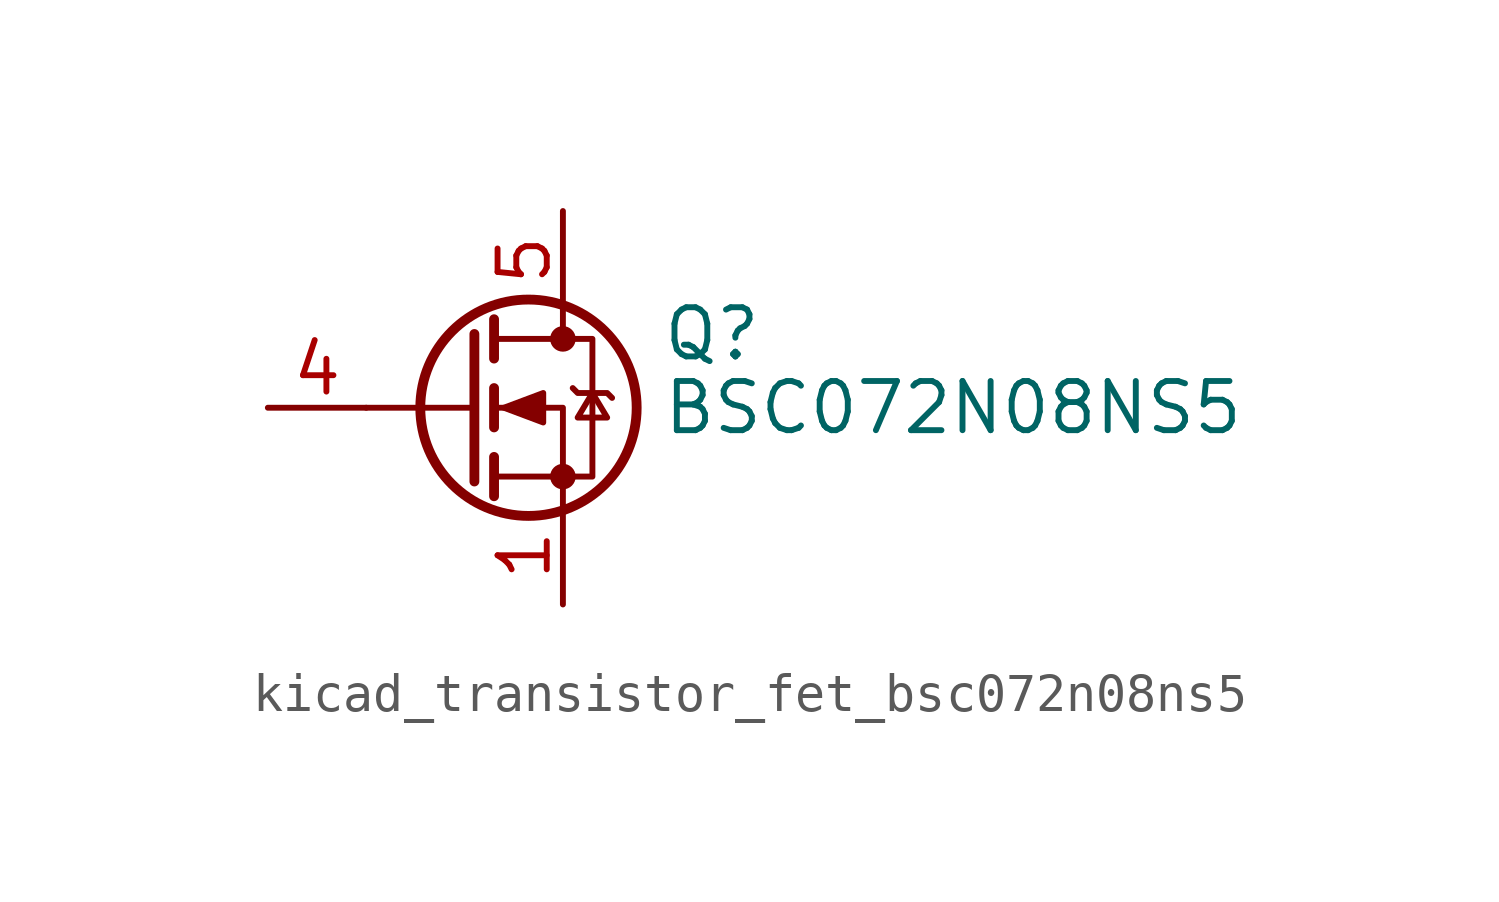
<source format=kicad_sym>
(kicad_symbol_lib
  (version 20220914)
  (generator kicad_symbol_editor)
  (symbol "kicad_transistor_fet_bsc072n08ns5"
    (pin_names hide)
    (property "Reference" "Q"
      (at 5.08 1.905 0)
      (effects (font (size 1.27 1.27)) (justify left)))
    (property "Value" "BSC072N08NS5"
      (at 5.08 0 0)
      (effects (font (size 1.27 1.27)) (justify left)))
    (symbol "kicad_transistor_fet_bsc072n08ns5_0_1"
      (polyline (pts (xy 0.254 0) (xy -2.54 0)) (stroke (width 0) (type default)) (fill (type none)))
      (polyline (pts (xy 0.254 1.905) (xy 0.254 -1.905)) (stroke (width 0.254) (type default)) (fill (type none)))
      (polyline (pts (xy 0.762 -1.27) (xy 0.762 -2.286)) (stroke (width 0.254) (type default)) (fill (type none)))
      (polyline (pts (xy 0.762 0.508) (xy 0.762 -0.508)) (stroke (width 0.254) (type default)) (fill (type none)))
      (polyline (pts (xy 0.762 2.286) (xy 0.762 1.27)) (stroke (width 0.254) (type default)) (fill (type none)))
      (polyline (pts (xy 2.54 2.54) (xy 2.54 1.778)) (stroke (width 0) (type default)) (fill (type none)))
      (polyline (pts (xy 2.54 -2.54) (xy 2.54 0) (xy 0.762 0)) (stroke (width 0) (type default)) (fill (type none)))
      (polyline (pts (xy 0.762 -1.778) (xy 3.302 -1.778) (xy 3.302 1.778) (xy 0.762 1.778)) (stroke (width 0) (type default)) (fill (type none)))
      (polyline (pts (xy 1.016 0) (xy 2.032 0.381) (xy 2.032 -0.381) (xy 1.016 0)) (stroke (width 0) (type default)) (fill (type outline)))
      (polyline (pts (xy 2.794 0.508) (xy 2.921 0.381) (xy 3.683 0.381) (xy 3.81 0.254)) (stroke (width 0) (type default)) (fill (type none)))
      (polyline (pts (xy 3.302 0.381) (xy 2.921 -0.254) (xy 3.683 -0.254) (xy 3.302 0.381)) (stroke (width 0) (type default)) (fill (type none)))
      (circle (center 1.651 0) (radius 2.794) (stroke (width 0.254) (type default)) (fill (type none)))
      (circle (center 2.54 -1.778) (radius 0.254) (stroke (width 0) (type default)) (fill (type outline)))
      (circle (center 2.54 1.778) (radius 0.254) (stroke (width 0) (type default)) (fill (type outline))))
    (symbol "kicad_transistor_fet_bsc072n08ns5_1_1"
      (pin passive line (at 2.54 -5.08 90) (length 2.54) (name "S" (effects (font (size 1.27 1.27)))) (number "1" (effects (font (size 1.27 1.27)))))
      (pin passive line (at 2.54 -5.08 90) (length 2.54) hide (name "S" (effects (font (size 1.27 1.27)))) (number "2" (effects (font (size 1.27 1.27)))))
      (pin passive line (at 2.54 -5.08 90) (length 2.54) hide (name "S" (effects (font (size 1.27 1.27)))) (number "3" (effects (font (size 1.27 1.27)))))
      (pin passive line (at -5.08 0 0) (length 2.54) (name "G" (effects (font (size 1.27 1.27)))) (number "4" (effects (font (size 1.27 1.27)))))
      (pin passive line (at 2.54 5.08 270) (length 2.54) (name "D" (effects (font (size 1.27 1.27)))) (number "5" (effects (font (size 1.27 1.27))))))))
</source>
